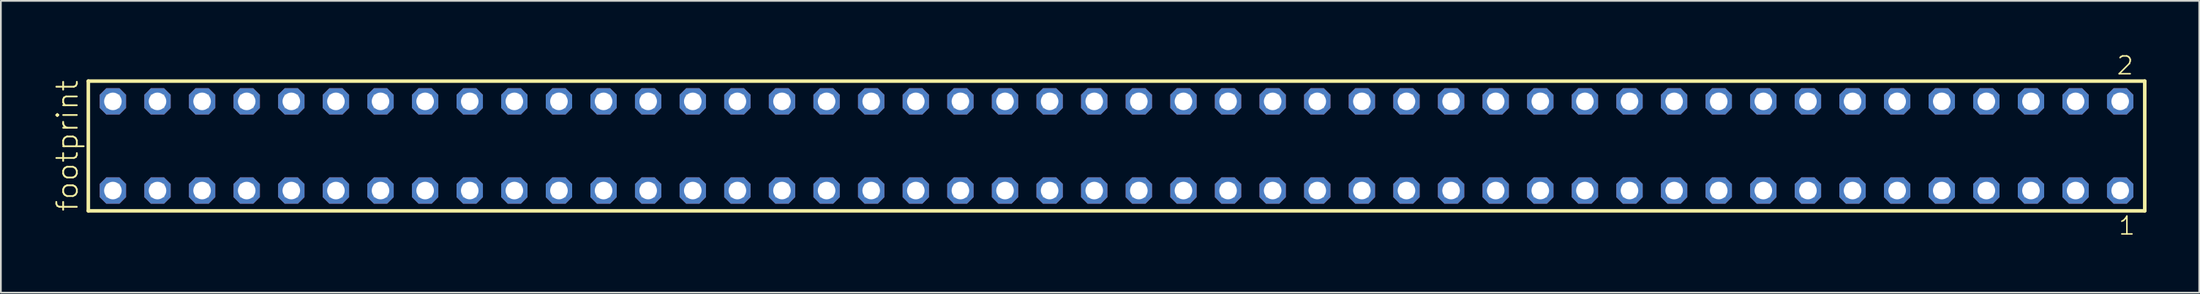
<source format=kicad_pcb>
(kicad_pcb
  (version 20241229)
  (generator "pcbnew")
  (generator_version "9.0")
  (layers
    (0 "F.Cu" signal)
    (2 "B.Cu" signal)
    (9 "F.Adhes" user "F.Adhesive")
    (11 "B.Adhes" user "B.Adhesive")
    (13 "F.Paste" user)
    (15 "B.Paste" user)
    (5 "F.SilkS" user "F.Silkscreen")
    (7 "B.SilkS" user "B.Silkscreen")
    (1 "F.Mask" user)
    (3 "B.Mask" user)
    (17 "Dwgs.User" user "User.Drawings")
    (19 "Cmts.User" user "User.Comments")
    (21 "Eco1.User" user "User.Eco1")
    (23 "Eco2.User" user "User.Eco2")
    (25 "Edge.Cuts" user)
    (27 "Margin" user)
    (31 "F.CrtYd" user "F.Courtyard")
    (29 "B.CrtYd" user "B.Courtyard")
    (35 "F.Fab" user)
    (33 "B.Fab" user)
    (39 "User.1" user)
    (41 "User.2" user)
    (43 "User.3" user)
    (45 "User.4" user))
  (footprint "footprint"
    (layer "F.Cu")
    (at 60.528 5.265)
    (property "Reference" "footprint" (at -59.055 3.81 90) (layer "F.SilkS") (effects (font (size 1.168 1.168) (thickness 0.102)) (justify left bottom)))
    (fp_line (start -58.549 -3.695) (end 58.549 -3.695) (stroke (width 0.203) (type solid)) (layer "F.SilkS"))
    (fp_line (start -58.549 3.695) (end -58.549 -3.695) (stroke (width 0.203) (type solid)) (layer "F.SilkS"))
    (fp_line (start 58.549 -3.695) (end 58.549 3.695) (stroke (width 0.203) (type solid)) (layer "F.SilkS"))
    (fp_line (start 58.549 3.695) (end -58.549 3.695) (stroke (width 0.203) (type solid)) (layer "F.SilkS"))
    (fp_poly (pts (xy -57.5 -2.19) (xy -56.8 -2.19) (xy -56.8 -2.89) (xy -57.5 -2.89)) (stroke (width 0.1) (type solid)) (fill no) (layer "F.Fab"))
    (fp_poly (pts (xy -57.5 2.89) (xy -56.8 2.89) (xy -56.8 2.19) (xy -57.5 2.19)) (stroke (width 0.1) (type solid)) (fill no) (layer "F.Fab"))
    (fp_poly (pts (xy -54.96 -2.19) (xy -54.26 -2.19) (xy -54.26 -2.89) (xy -54.96 -2.89)) (stroke (width 0.1) (type solid)) (fill no) (layer "F.Fab"))
    (fp_poly (pts (xy -54.96 2.89) (xy -54.26 2.89) (xy -54.26 2.19) (xy -54.96 2.19)) (stroke (width 0.1) (type solid)) (fill no) (layer "F.Fab"))
    (fp_poly (pts (xy -52.42 -2.19) (xy -51.72 -2.19) (xy -51.72 -2.89) (xy -52.42 -2.89)) (stroke (width 0.1) (type solid)) (fill no) (layer "F.Fab"))
    (fp_poly (pts (xy -52.42 2.89) (xy -51.72 2.89) (xy -51.72 2.19) (xy -52.42 2.19)) (stroke (width 0.1) (type solid)) (fill no) (layer "F.Fab"))
    (fp_poly (pts (xy -49.88 -2.19) (xy -49.18 -2.19) (xy -49.18 -2.89) (xy -49.88 -2.89)) (stroke (width 0.1) (type solid)) (fill no) (layer "F.Fab"))
    (fp_poly (pts (xy -49.88 2.89) (xy -49.18 2.89) (xy -49.18 2.19) (xy -49.88 2.19)) (stroke (width 0.1) (type solid)) (fill no) (layer "F.Fab"))
    (fp_poly (pts (xy -47.34 -2.19) (xy -46.64 -2.19) (xy -46.64 -2.89) (xy -47.34 -2.89)) (stroke (width 0.1) (type solid)) (fill no) (layer "F.Fab"))
    (fp_poly (pts (xy -47.34 2.89) (xy -46.64 2.89) (xy -46.64 2.19) (xy -47.34 2.19)) (stroke (width 0.1) (type solid)) (fill no) (layer "F.Fab"))
    (fp_poly (pts (xy -44.8 -2.19) (xy -44.1 -2.19) (xy -44.1 -2.89) (xy -44.8 -2.89)) (stroke (width 0.1) (type solid)) (fill no) (layer "F.Fab"))
    (fp_poly (pts (xy -44.8 2.89) (xy -44.1 2.89) (xy -44.1 2.19) (xy -44.8 2.19)) (stroke (width 0.1) (type solid)) (fill no) (layer "F.Fab"))
    (fp_poly (pts (xy -42.26 -2.19) (xy -41.56 -2.19) (xy -41.56 -2.89) (xy -42.26 -2.89)) (stroke (width 0.1) (type solid)) (fill no) (layer "F.Fab"))
    (fp_poly (pts (xy -42.26 2.89) (xy -41.56 2.89) (xy -41.56 2.19) (xy -42.26 2.19)) (stroke (width 0.1) (type solid)) (fill no) (layer "F.Fab"))
    (fp_poly (pts (xy -39.72 -2.19) (xy -39.02 -2.19) (xy -39.02 -2.89) (xy -39.72 -2.89)) (stroke (width 0.1) (type solid)) (fill no) (layer "F.Fab"))
    (fp_poly (pts (xy -39.72 2.89) (xy -39.02 2.89) (xy -39.02 2.19) (xy -39.72 2.19)) (stroke (width 0.1) (type solid)) (fill no) (layer "F.Fab"))
    (fp_poly (pts (xy -37.18 -2.19) (xy -36.48 -2.19) (xy -36.48 -2.89) (xy -37.18 -2.89)) (stroke (width 0.1) (type solid)) (fill no) (layer "F.Fab"))
    (fp_poly (pts (xy -37.18 2.89) (xy -36.48 2.89) (xy -36.48 2.19) (xy -37.18 2.19)) (stroke (width 0.1) (type solid)) (fill no) (layer "F.Fab"))
    (fp_poly (pts (xy -34.64 -2.19) (xy -33.94 -2.19) (xy -33.94 -2.89) (xy -34.64 -2.89)) (stroke (width 0.1) (type solid)) (fill no) (layer "F.Fab"))
    (fp_poly (pts (xy -34.64 2.89) (xy -33.94 2.89) (xy -33.94 2.19) (xy -34.64 2.19)) (stroke (width 0.1) (type solid)) (fill no) (layer "F.Fab"))
    (fp_poly (pts (xy -32.1 -2.19) (xy -31.4 -2.19) (xy -31.4 -2.89) (xy -32.1 -2.89)) (stroke (width 0.1) (type solid)) (fill no) (layer "F.Fab"))
    (fp_poly (pts (xy -32.1 2.89) (xy -31.4 2.89) (xy -31.4 2.19) (xy -32.1 2.19)) (stroke (width 0.1) (type solid)) (fill no) (layer "F.Fab"))
    (fp_poly (pts (xy -29.56 -2.19) (xy -28.86 -2.19) (xy -28.86 -2.89) (xy -29.56 -2.89)) (stroke (width 0.1) (type solid)) (fill no) (layer "F.Fab"))
    (fp_poly (pts (xy -29.56 2.89) (xy -28.86 2.89) (xy -28.86 2.19) (xy -29.56 2.19)) (stroke (width 0.1) (type solid)) (fill no) (layer "F.Fab"))
    (fp_poly (pts (xy -27.02 -2.19) (xy -26.32 -2.19) (xy -26.32 -2.89) (xy -27.02 -2.89)) (stroke (width 0.1) (type solid)) (fill no) (layer "F.Fab"))
    (fp_poly (pts (xy -27.02 2.89) (xy -26.32 2.89) (xy -26.32 2.19) (xy -27.02 2.19)) (stroke (width 0.1) (type solid)) (fill no) (layer "F.Fab"))
    (fp_poly (pts (xy -24.48 -2.19) (xy -23.78 -2.19) (xy -23.78 -2.89) (xy -24.48 -2.89)) (stroke (width 0.1) (type solid)) (fill no) (layer "F.Fab"))
    (fp_poly (pts (xy -24.48 2.89) (xy -23.78 2.89) (xy -23.78 2.19) (xy -24.48 2.19)) (stroke (width 0.1) (type solid)) (fill no) (layer "F.Fab"))
    (fp_poly (pts (xy -21.94 -2.19) (xy -21.24 -2.19) (xy -21.24 -2.89) (xy -21.94 -2.89)) (stroke (width 0.1) (type solid)) (fill no) (layer "F.Fab"))
    (fp_poly (pts (xy -21.94 2.89) (xy -21.24 2.89) (xy -21.24 2.19) (xy -21.94 2.19)) (stroke (width 0.1) (type solid)) (fill no) (layer "F.Fab"))
    (fp_poly (pts (xy -19.4 -2.19) (xy -18.7 -2.19) (xy -18.7 -2.89) (xy -19.4 -2.89)) (stroke (width 0.1) (type solid)) (fill no) (layer "F.Fab"))
    (fp_poly (pts (xy -19.4 2.89) (xy -18.7 2.89) (xy -18.7 2.19) (xy -19.4 2.19)) (stroke (width 0.1) (type solid)) (fill no) (layer "F.Fab"))
    (fp_poly (pts (xy -16.86 -2.19) (xy -16.16 -2.19) (xy -16.16 -2.89) (xy -16.86 -2.89)) (stroke (width 0.1) (type solid)) (fill no) (layer "F.Fab"))
    (fp_poly (pts (xy -16.86 2.89) (xy -16.16 2.89) (xy -16.16 2.19) (xy -16.86 2.19)) (stroke (width 0.1) (type solid)) (fill no) (layer "F.Fab"))
    (fp_poly (pts (xy -14.32 -2.19) (xy -13.62 -2.19) (xy -13.62 -2.89) (xy -14.32 -2.89)) (stroke (width 0.1) (type solid)) (fill no) (layer "F.Fab"))
    (fp_poly (pts (xy -14.32 2.89) (xy -13.62 2.89) (xy -13.62 2.19) (xy -14.32 2.19)) (stroke (width 0.1) (type solid)) (fill no) (layer "F.Fab"))
    (fp_poly (pts (xy -11.78 -2.19) (xy -11.08 -2.19) (xy -11.08 -2.89) (xy -11.78 -2.89)) (stroke (width 0.1) (type solid)) (fill no) (layer "F.Fab"))
    (fp_poly (pts (xy -11.78 2.89) (xy -11.08 2.89) (xy -11.08 2.19) (xy -11.78 2.19)) (stroke (width 0.1) (type solid)) (fill no) (layer "F.Fab"))
    (fp_poly (pts (xy -9.24 -2.19) (xy -8.54 -2.19) (xy -8.54 -2.89) (xy -9.24 -2.89)) (stroke (width 0.1) (type solid)) (fill no) (layer "F.Fab"))
    (fp_poly (pts (xy -9.24 2.89) (xy -8.54 2.89) (xy -8.54 2.19) (xy -9.24 2.19)) (stroke (width 0.1) (type solid)) (fill no) (layer "F.Fab"))
    (fp_poly (pts (xy -6.7 -2.19) (xy -6 -2.19) (xy -6 -2.89) (xy -6.7 -2.89)) (stroke (width 0.1) (type solid)) (fill no) (layer "F.Fab"))
    (fp_poly (pts (xy -6.7 2.89) (xy -6 2.89) (xy -6 2.19) (xy -6.7 2.19)) (stroke (width 0.1) (type solid)) (fill no) (layer "F.Fab"))
    (fp_poly (pts (xy -4.16 -2.19) (xy -3.46 -2.19) (xy -3.46 -2.89) (xy -4.16 -2.89)) (stroke (width 0.1) (type solid)) (fill no) (layer "F.Fab"))
    (fp_poly (pts (xy -4.16 2.89) (xy -3.46 2.89) (xy -3.46 2.19) (xy -4.16 2.19)) (stroke (width 0.1) (type solid)) (fill no) (layer "F.Fab"))
    (fp_poly (pts (xy -1.62 -2.19) (xy -0.92 -2.19) (xy -0.92 -2.89) (xy -1.62 -2.89)) (stroke (width 0.1) (type solid)) (fill no) (layer "F.Fab"))
    (fp_poly (pts (xy -1.62 2.89) (xy -0.92 2.89) (xy -0.92 2.19) (xy -1.62 2.19)) (stroke (width 0.1) (type solid)) (fill no) (layer "F.Fab"))
    (fp_poly (pts (xy 0.92 -2.19) (xy 1.62 -2.19) (xy 1.62 -2.89) (xy 0.92 -2.89)) (stroke (width 0.1) (type solid)) (fill no) (layer "F.Fab"))
    (fp_poly (pts (xy 0.92 2.89) (xy 1.62 2.89) (xy 1.62 2.19) (xy 0.92 2.19)) (stroke (width 0.1) (type solid)) (fill no) (layer "F.Fab"))
    (fp_poly (pts (xy 3.46 -2.19) (xy 4.16 -2.19) (xy 4.16 -2.89) (xy 3.46 -2.89)) (stroke (width 0.1) (type solid)) (fill no) (layer "F.Fab"))
    (fp_poly (pts (xy 3.46 2.89) (xy 4.16 2.89) (xy 4.16 2.19) (xy 3.46 2.19)) (stroke (width 0.1) (type solid)) (fill no) (layer "F.Fab"))
    (fp_poly (pts (xy 6 -2.19) (xy 6.7 -2.19) (xy 6.7 -2.89) (xy 6 -2.89)) (stroke (width 0.1) (type solid)) (fill no) (layer "F.Fab"))
    (fp_poly (pts (xy 6 2.89) (xy 6.7 2.89) (xy 6.7 2.19) (xy 6 2.19)) (stroke (width 0.1) (type solid)) (fill no) (layer "F.Fab"))
    (fp_poly (pts (xy 8.54 -2.19) (xy 9.24 -2.19) (xy 9.24 -2.89) (xy 8.54 -2.89)) (stroke (width 0.1) (type solid)) (fill no) (layer "F.Fab"))
    (fp_poly (pts (xy 8.54 2.89) (xy 9.24 2.89) (xy 9.24 2.19) (xy 8.54 2.19)) (stroke (width 0.1) (type solid)) (fill no) (layer "F.Fab"))
    (fp_poly (pts (xy 11.08 -2.19) (xy 11.78 -2.19) (xy 11.78 -2.89) (xy 11.08 -2.89)) (stroke (width 0.1) (type solid)) (fill no) (layer "F.Fab"))
    (fp_poly (pts (xy 11.08 2.89) (xy 11.78 2.89) (xy 11.78 2.19) (xy 11.08 2.19)) (stroke (width 0.1) (type solid)) (fill no) (layer "F.Fab"))
    (fp_poly (pts (xy 13.62 -2.19) (xy 14.32 -2.19) (xy 14.32 -2.89) (xy 13.62 -2.89)) (stroke (width 0.1) (type solid)) (fill no) (layer "F.Fab"))
    (fp_poly (pts (xy 13.62 2.89) (xy 14.32 2.89) (xy 14.32 2.19) (xy 13.62 2.19)) (stroke (width 0.1) (type solid)) (fill no) (layer "F.Fab"))
    (fp_poly (pts (xy 16.16 -2.19) (xy 16.86 -2.19) (xy 16.86 -2.89) (xy 16.16 -2.89)) (stroke (width 0.1) (type solid)) (fill no) (layer "F.Fab"))
    (fp_poly (pts (xy 16.16 2.89) (xy 16.86 2.89) (xy 16.86 2.19) (xy 16.16 2.19)) (stroke (width 0.1) (type solid)) (fill no) (layer "F.Fab"))
    (fp_poly (pts (xy 18.7 -2.19) (xy 19.4 -2.19) (xy 19.4 -2.89) (xy 18.7 -2.89)) (stroke (width 0.1) (type solid)) (fill no) (layer "F.Fab"))
    (fp_poly (pts (xy 18.7 2.89) (xy 19.4 2.89) (xy 19.4 2.19) (xy 18.7 2.19)) (stroke (width 0.1) (type solid)) (fill no) (layer "F.Fab"))
    (fp_poly (pts (xy 21.24 -2.19) (xy 21.94 -2.19) (xy 21.94 -2.89) (xy 21.24 -2.89)) (stroke (width 0.1) (type solid)) (fill no) (layer "F.Fab"))
    (fp_poly (pts (xy 21.24 2.89) (xy 21.94 2.89) (xy 21.94 2.19) (xy 21.24 2.19)) (stroke (width 0.1) (type solid)) (fill no) (layer "F.Fab"))
    (fp_poly (pts (xy 23.78 -2.19) (xy 24.48 -2.19) (xy 24.48 -2.89) (xy 23.78 -2.89)) (stroke (width 0.1) (type solid)) (fill no) (layer "F.Fab"))
    (fp_poly (pts (xy 23.78 2.89) (xy 24.48 2.89) (xy 24.48 2.19) (xy 23.78 2.19)) (stroke (width 0.1) (type solid)) (fill no) (layer "F.Fab"))
    (fp_poly (pts (xy 26.32 -2.19) (xy 27.02 -2.19) (xy 27.02 -2.89) (xy 26.32 -2.89)) (stroke (width 0.1) (type solid)) (fill no) (layer "F.Fab"))
    (fp_poly (pts (xy 26.32 2.89) (xy 27.02 2.89) (xy 27.02 2.19) (xy 26.32 2.19)) (stroke (width 0.1) (type solid)) (fill no) (layer "F.Fab"))
    (fp_poly (pts (xy 28.86 -2.19) (xy 29.56 -2.19) (xy 29.56 -2.89) (xy 28.86 -2.89)) (stroke (width 0.1) (type solid)) (fill no) (layer "F.Fab"))
    (fp_poly (pts (xy 28.86 2.89) (xy 29.56 2.89) (xy 29.56 2.19) (xy 28.86 2.19)) (stroke (width 0.1) (type solid)) (fill no) (layer "F.Fab"))
    (fp_poly (pts (xy 31.4 -2.19) (xy 32.1 -2.19) (xy 32.1 -2.89) (xy 31.4 -2.89)) (stroke (width 0.1) (type solid)) (fill no) (layer "F.Fab"))
    (fp_poly (pts (xy 31.4 2.89) (xy 32.1 2.89) (xy 32.1 2.19) (xy 31.4 2.19)) (stroke (width 0.1) (type solid)) (fill no) (layer "F.Fab"))
    (fp_poly (pts (xy 33.94 -2.19) (xy 34.64 -2.19) (xy 34.64 -2.89) (xy 33.94 -2.89)) (stroke (width 0.1) (type solid)) (fill no) (layer "F.Fab"))
    (fp_poly (pts (xy 33.94 2.89) (xy 34.64 2.89) (xy 34.64 2.19) (xy 33.94 2.19)) (stroke (width 0.1) (type solid)) (fill no) (layer "F.Fab"))
    (fp_poly (pts (xy 36.48 -2.19) (xy 37.18 -2.19) (xy 37.18 -2.89) (xy 36.48 -2.89)) (stroke (width 0.1) (type solid)) (fill no) (layer "F.Fab"))
    (fp_poly (pts (xy 36.48 2.89) (xy 37.18 2.89) (xy 37.18 2.19) (xy 36.48 2.19)) (stroke (width 0.1) (type solid)) (fill no) (layer "F.Fab"))
    (fp_poly (pts (xy 39.02 -2.19) (xy 39.72 -2.19) (xy 39.72 -2.89) (xy 39.02 -2.89)) (stroke (width 0.1) (type solid)) (fill no) (layer "F.Fab"))
    (fp_poly (pts (xy 39.02 2.89) (xy 39.72 2.89) (xy 39.72 2.19) (xy 39.02 2.19)) (stroke (width 0.1) (type solid)) (fill no) (layer "F.Fab"))
    (fp_poly (pts (xy 41.56 -2.19) (xy 42.26 -2.19) (xy 42.26 -2.89) (xy 41.56 -2.89)) (stroke (width 0.1) (type solid)) (fill no) (layer "F.Fab"))
    (fp_poly (pts (xy 41.56 2.89) (xy 42.26 2.89) (xy 42.26 2.19) (xy 41.56 2.19)) (stroke (width 0.1) (type solid)) (fill no) (layer "F.Fab"))
    (fp_poly (pts (xy 44.1 -2.19) (xy 44.8 -2.19) (xy 44.8 -2.89) (xy 44.1 -2.89)) (stroke (width 0.1) (type solid)) (fill no) (layer "F.Fab"))
    (fp_poly (pts (xy 44.1 2.89) (xy 44.8 2.89) (xy 44.8 2.19) (xy 44.1 2.19)) (stroke (width 0.1) (type solid)) (fill no) (layer "F.Fab"))
    (fp_poly (pts (xy 46.64 -2.19) (xy 47.34 -2.19) (xy 47.34 -2.89) (xy 46.64 -2.89)) (stroke (width 0.1) (type solid)) (fill no) (layer "F.Fab"))
    (fp_poly (pts (xy 46.64 2.89) (xy 47.34 2.89) (xy 47.34 2.19) (xy 46.64 2.19)) (stroke (width 0.1) (type solid)) (fill no) (layer "F.Fab"))
    (fp_poly (pts (xy 49.18 -2.19) (xy 49.88 -2.19) (xy 49.88 -2.89) (xy 49.18 -2.89)) (stroke (width 0.1) (type solid)) (fill no) (layer "F.Fab"))
    (fp_poly (pts (xy 49.18 2.89) (xy 49.88 2.89) (xy 49.88 2.19) (xy 49.18 2.19)) (stroke (width 0.1) (type solid)) (fill no) (layer "F.Fab"))
    (fp_poly (pts (xy 51.72 -2.19) (xy 52.42 -2.19) (xy 52.42 -2.89) (xy 51.72 -2.89)) (stroke (width 0.1) (type solid)) (fill no) (layer "F.Fab"))
    (fp_poly (pts (xy 51.72 2.89) (xy 52.42 2.89) (xy 52.42 2.19) (xy 51.72 2.19)) (stroke (width 0.1) (type solid)) (fill no) (layer "F.Fab"))
    (fp_poly (pts (xy 54.26 -2.19) (xy 54.96 -2.19) (xy 54.96 -2.89) (xy 54.26 -2.89)) (stroke (width 0.1) (type solid)) (fill no) (layer "F.Fab"))
    (fp_poly (pts (xy 54.26 2.89) (xy 54.96 2.89) (xy 54.96 2.19) (xy 54.26 2.19)) (stroke (width 0.1) (type solid)) (fill no) (layer "F.Fab"))
    (fp_poly (pts (xy 56.8 -2.19) (xy 57.5 -2.19) (xy 57.5 -2.89) (xy 56.8 -2.89)) (stroke (width 0.1) (type solid)) (fill no) (layer "F.Fab"))
    (fp_poly (pts (xy 56.8 2.89) (xy 57.5 2.89) (xy 57.5 2.19) (xy 56.8 2.19)) (stroke (width 0.1) (type solid)) (fill no) (layer "F.Fab"))
    (fp_text user "2" (at 56.892 -3.989 0) (layer "F.SilkS") (effects (font (size 1.012 1.012) (thickness 0.088)) (justify left bottom)))
    (fp_text user "1" (at 56.992 5.138 0) (layer "F.SilkS") (effects (font (size 1.012 1.012) (thickness 0.088)) (justify left bottom)))
    (pad "1" thru_hole roundrect (at 57.15 2.54 180) (size 1.5 1.5) (drill 1) (layers "*.Cu" "*.Mask") (roundrect_rratio 0.25) (chamfer_ratio 0.25) (chamfer top_left top_right bottom_left bottom_right))
    (pad "2" thru_hole roundrect (at 57.15 -2.54 180) (size 1.5 1.5) (drill 1) (layers "*.Cu" "*.Mask") (roundrect_rratio 0.25) (chamfer_ratio 0.25) (chamfer top_left top_right bottom_left bottom_right))
    (pad "3" thru_hole roundrect (at 54.61 2.54 180) (size 1.5 1.5) (drill 1) (layers "*.Cu" "*.Mask") (roundrect_rratio 0.25) (chamfer_ratio 0.25) (chamfer top_left top_right bottom_left bottom_right))
    (pad "4" thru_hole roundrect (at 54.61 -2.54 180) (size 1.5 1.5) (drill 1) (layers "*.Cu" "*.Mask") (roundrect_rratio 0.25) (chamfer_ratio 0.25) (chamfer top_left top_right bottom_left bottom_right))
    (pad "5" thru_hole roundrect (at 52.07 2.54 180) (size 1.5 1.5) (drill 1) (layers "*.Cu" "*.Mask") (roundrect_rratio 0.25) (chamfer_ratio 0.25) (chamfer top_left top_right bottom_left bottom_right))
    (pad "6" thru_hole roundrect (at 52.07 -2.54 180) (size 1.5 1.5) (drill 1) (layers "*.Cu" "*.Mask") (roundrect_rratio 0.25) (chamfer_ratio 0.25) (chamfer top_left top_right bottom_left bottom_right))
    (pad "7" thru_hole roundrect (at 49.53 2.54 180) (size 1.5 1.5) (drill 1) (layers "*.Cu" "*.Mask") (roundrect_rratio 0.25) (chamfer_ratio 0.25) (chamfer top_left top_right bottom_left bottom_right))
    (pad "8" thru_hole roundrect (at 49.53 -2.54 180) (size 1.5 1.5) (drill 1) (layers "*.Cu" "*.Mask") (roundrect_rratio 0.25) (chamfer_ratio 0.25) (chamfer top_left top_right bottom_left bottom_right))
    (pad "9" thru_hole roundrect (at 46.99 2.54 180) (size 1.5 1.5) (drill 1) (layers "*.Cu" "*.Mask") (roundrect_rratio 0.25) (chamfer_ratio 0.25) (chamfer top_left top_right bottom_left bottom_right))
    (pad "10" thru_hole roundrect (at 46.99 -2.54 180) (size 1.5 1.5) (drill 1) (layers "*.Cu" "*.Mask") (roundrect_rratio 0.25) (chamfer_ratio 0.25) (chamfer top_left top_right bottom_left bottom_right))
    (pad "11" thru_hole roundrect (at 44.45 2.54 180) (size 1.5 1.5) (drill 1) (layers "*.Cu" "*.Mask") (roundrect_rratio 0.25) (chamfer_ratio 0.25) (chamfer top_left top_right bottom_left bottom_right))
    (pad "12" thru_hole roundrect (at 44.45 -2.54 180) (size 1.5 1.5) (drill 1) (layers "*.Cu" "*.Mask") (roundrect_rratio 0.25) (chamfer_ratio 0.25) (chamfer top_left top_right bottom_left bottom_right))
    (pad "13" thru_hole roundrect (at 41.91 2.54 180) (size 1.5 1.5) (drill 1) (layers "*.Cu" "*.Mask") (roundrect_rratio 0.25) (chamfer_ratio 0.25) (chamfer top_left top_right bottom_left bottom_right))
    (pad "14" thru_hole roundrect (at 41.91 -2.54 180) (size 1.5 1.5) (drill 1) (layers "*.Cu" "*.Mask") (roundrect_rratio 0.25) (chamfer_ratio 0.25) (chamfer top_left top_right bottom_left bottom_right))
    (pad "15" thru_hole roundrect (at 39.37 2.54 180) (size 1.5 1.5) (drill 1) (layers "*.Cu" "*.Mask") (roundrect_rratio 0.25) (chamfer_ratio 0.25) (chamfer top_left top_right bottom_left bottom_right))
    (pad "16" thru_hole roundrect (at 39.37 -2.54 180) (size 1.5 1.5) (drill 1) (layers "*.Cu" "*.Mask") (roundrect_rratio 0.25) (chamfer_ratio 0.25) (chamfer top_left top_right bottom_left bottom_right))
    (pad "17" thru_hole roundrect (at 36.83 2.54 180) (size 1.5 1.5) (drill 1) (layers "*.Cu" "*.Mask") (roundrect_rratio 0.25) (chamfer_ratio 0.25) (chamfer top_left top_right bottom_left bottom_right))
    (pad "18" thru_hole roundrect (at 36.83 -2.54 180) (size 1.5 1.5) (drill 1) (layers "*.Cu" "*.Mask") (roundrect_rratio 0.25) (chamfer_ratio 0.25) (chamfer top_left top_right bottom_left bottom_right))
    (pad "19" thru_hole roundrect (at 34.29 2.54 180) (size 1.5 1.5) (drill 1) (layers "*.Cu" "*.Mask") (roundrect_rratio 0.25) (chamfer_ratio 0.25) (chamfer top_left top_right bottom_left bottom_right))
    (pad "20" thru_hole roundrect (at 34.29 -2.54 180) (size 1.5 1.5) (drill 1) (layers "*.Cu" "*.Mask") (roundrect_rratio 0.25) (chamfer_ratio 0.25) (chamfer top_left top_right bottom_left bottom_right))
    (pad "21" thru_hole roundrect (at 31.75 2.54 180) (size 1.5 1.5) (drill 1) (layers "*.Cu" "*.Mask") (roundrect_rratio 0.25) (chamfer_ratio 0.25) (chamfer top_left top_right bottom_left bottom_right))
    (pad "22" thru_hole roundrect (at 31.75 -2.54 180) (size 1.5 1.5) (drill 1) (layers "*.Cu" "*.Mask") (roundrect_rratio 0.25) (chamfer_ratio 0.25) (chamfer top_left top_right bottom_left bottom_right))
    (pad "23" thru_hole roundrect (at 29.21 2.54 180) (size 1.5 1.5) (drill 1) (layers "*.Cu" "*.Mask") (roundrect_rratio 0.25) (chamfer_ratio 0.25) (chamfer top_left top_right bottom_left bottom_right))
    (pad "24" thru_hole roundrect (at 29.21 -2.54 180) (size 1.5 1.5) (drill 1) (layers "*.Cu" "*.Mask") (roundrect_rratio 0.25) (chamfer_ratio 0.25) (chamfer top_left top_right bottom_left bottom_right))
    (pad "25" thru_hole roundrect (at 26.67 2.54 180) (size 1.5 1.5) (drill 1) (layers "*.Cu" "*.Mask") (roundrect_rratio 0.25) (chamfer_ratio 0.25) (chamfer top_left top_right bottom_left bottom_right))
    (pad "26" thru_hole roundrect (at 26.67 -2.54 180) (size 1.5 1.5) (drill 1) (layers "*.Cu" "*.Mask") (roundrect_rratio 0.25) (chamfer_ratio 0.25) (chamfer top_left top_right bottom_left bottom_right))
    (pad "27" thru_hole roundrect (at 24.13 2.54 180) (size 1.5 1.5) (drill 1) (layers "*.Cu" "*.Mask") (roundrect_rratio 0.25) (chamfer_ratio 0.25) (chamfer top_left top_right bottom_left bottom_right))
    (pad "28" thru_hole roundrect (at 24.13 -2.54 180) (size 1.5 1.5) (drill 1) (layers "*.Cu" "*.Mask") (roundrect_rratio 0.25) (chamfer_ratio 0.25) (chamfer top_left top_right bottom_left bottom_right))
    (pad "29" thru_hole roundrect (at 21.59 2.54 180) (size 1.5 1.5) (drill 1) (layers "*.Cu" "*.Mask") (roundrect_rratio 0.25) (chamfer_ratio 0.25) (chamfer top_left top_right bottom_left bottom_right))
    (pad "30" thru_hole roundrect (at 21.59 -2.54 180) (size 1.5 1.5) (drill 1) (layers "*.Cu" "*.Mask") (roundrect_rratio 0.25) (chamfer_ratio 0.25) (chamfer top_left top_right bottom_left bottom_right))
    (pad "31" thru_hole roundrect (at 19.05 2.54 180) (size 1.5 1.5) (drill 1) (layers "*.Cu" "*.Mask") (roundrect_rratio 0.25) (chamfer_ratio 0.25) (chamfer top_left top_right bottom_left bottom_right))
    (pad "32" thru_hole roundrect (at 19.05 -2.54 180) (size 1.5 1.5) (drill 1) (layers "*.Cu" "*.Mask") (roundrect_rratio 0.25) (chamfer_ratio 0.25) (chamfer top_left top_right bottom_left bottom_right))
    (pad "33" thru_hole roundrect (at 16.51 2.54 180) (size 1.5 1.5) (drill 1) (layers "*.Cu" "*.Mask") (roundrect_rratio 0.25) (chamfer_ratio 0.25) (chamfer top_left top_right bottom_left bottom_right))
    (pad "34" thru_hole roundrect (at 16.51 -2.54 180) (size 1.5 1.5) (drill 1) (layers "*.Cu" "*.Mask") (roundrect_rratio 0.25) (chamfer_ratio 0.25) (chamfer top_left top_right bottom_left bottom_right))
    (pad "35" thru_hole roundrect (at 13.97 2.54 180) (size 1.5 1.5) (drill 1) (layers "*.Cu" "*.Mask") (roundrect_rratio 0.25) (chamfer_ratio 0.25) (chamfer top_left top_right bottom_left bottom_right))
    (pad "36" thru_hole roundrect (at 13.97 -2.54 180) (size 1.5 1.5) (drill 1) (layers "*.Cu" "*.Mask") (roundrect_rratio 0.25) (chamfer_ratio 0.25) (chamfer top_left top_right bottom_left bottom_right))
    (pad "37" thru_hole roundrect (at 11.43 2.54 180) (size 1.5 1.5) (drill 1) (layers "*.Cu" "*.Mask") (roundrect_rratio 0.25) (chamfer_ratio 0.25) (chamfer top_left top_right bottom_left bottom_right))
    (pad "38" thru_hole roundrect (at 11.43 -2.54 180) (size 1.5 1.5) (drill 1) (layers "*.Cu" "*.Mask") (roundrect_rratio 0.25) (chamfer_ratio 0.25) (chamfer top_left top_right bottom_left bottom_right))
    (pad "39" thru_hole roundrect (at 8.89 2.54 180) (size 1.5 1.5) (drill 1) (layers "*.Cu" "*.Mask") (roundrect_rratio 0.25) (chamfer_ratio 0.25) (chamfer top_left top_right bottom_left bottom_right))
    (pad "40" thru_hole roundrect (at 8.89 -2.54 180) (size 1.5 1.5) (drill 1) (layers "*.Cu" "*.Mask") (roundrect_rratio 0.25) (chamfer_ratio 0.25) (chamfer top_left top_right bottom_left bottom_right))
    (pad "41" thru_hole roundrect (at 6.35 2.54 180) (size 1.5 1.5) (drill 1) (layers "*.Cu" "*.Mask") (roundrect_rratio 0.25) (chamfer_ratio 0.25) (chamfer top_left top_right bottom_left bottom_right))
    (pad "42" thru_hole roundrect (at 6.35 -2.54 180) (size 1.5 1.5) (drill 1) (layers "*.Cu" "*.Mask") (roundrect_rratio 0.25) (chamfer_ratio 0.25) (chamfer top_left top_right bottom_left bottom_right))
    (pad "43" thru_hole roundrect (at 3.81 2.54 180) (size 1.5 1.5) (drill 1) (layers "*.Cu" "*.Mask") (roundrect_rratio 0.25) (chamfer_ratio 0.25) (chamfer top_left top_right bottom_left bottom_right))
    (pad "44" thru_hole roundrect (at 3.81 -2.54 180) (size 1.5 1.5) (drill 1) (layers "*.Cu" "*.Mask") (roundrect_rratio 0.25) (chamfer_ratio 0.25) (chamfer top_left top_right bottom_left bottom_right))
    (pad "45" thru_hole roundrect (at 1.27 2.54 180) (size 1.5 1.5) (drill 1) (layers "*.Cu" "*.Mask") (roundrect_rratio 0.25) (chamfer_ratio 0.25) (chamfer top_left top_right bottom_left bottom_right))
    (pad "46" thru_hole roundrect (at 1.27 -2.54 180) (size 1.5 1.5) (drill 1) (layers "*.Cu" "*.Mask") (roundrect_rratio 0.25) (chamfer_ratio 0.25) (chamfer top_left top_right bottom_left bottom_right))
    (pad "47" thru_hole roundrect (at -1.27 2.54 180) (size 1.5 1.5) (drill 1) (layers "*.Cu" "*.Mask") (roundrect_rratio 0.25) (chamfer_ratio 0.25) (chamfer top_left top_right bottom_left bottom_right))
    (pad "48" thru_hole roundrect (at -1.27 -2.54 180) (size 1.5 1.5) (drill 1) (layers "*.Cu" "*.Mask") (roundrect_rratio 0.25) (chamfer_ratio 0.25) (chamfer top_left top_right bottom_left bottom_right))
    (pad "49" thru_hole roundrect (at -3.81 2.54 180) (size 1.5 1.5) (drill 1) (layers "*.Cu" "*.Mask") (roundrect_rratio 0.25) (chamfer_ratio 0.25) (chamfer top_left top_right bottom_left bottom_right))
    (pad "50" thru_hole roundrect (at -3.81 -2.54 180) (size 1.5 1.5) (drill 1) (layers "*.Cu" "*.Mask") (roundrect_rratio 0.25) (chamfer_ratio 0.25) (chamfer top_left top_right bottom_left bottom_right))
    (pad "51" thru_hole roundrect (at -6.35 2.54 180) (size 1.5 1.5) (drill 1) (layers "*.Cu" "*.Mask") (roundrect_rratio 0.25) (chamfer_ratio 0.25) (chamfer top_left top_right bottom_left bottom_right))
    (pad "52" thru_hole roundrect (at -6.35 -2.54 180) (size 1.5 1.5) (drill 1) (layers "*.Cu" "*.Mask") (roundrect_rratio 0.25) (chamfer_ratio 0.25) (chamfer top_left top_right bottom_left bottom_right))
    (pad "53" thru_hole roundrect (at -8.89 2.54 180) (size 1.5 1.5) (drill 1) (layers "*.Cu" "*.Mask") (roundrect_rratio 0.25) (chamfer_ratio 0.25) (chamfer top_left top_right bottom_left bottom_right))
    (pad "54" thru_hole roundrect (at -8.89 -2.54 180) (size 1.5 1.5) (drill 1) (layers "*.Cu" "*.Mask") (roundrect_rratio 0.25) (chamfer_ratio 0.25) (chamfer top_left top_right bottom_left bottom_right))
    (pad "55" thru_hole roundrect (at -11.43 2.54 180) (size 1.5 1.5) (drill 1) (layers "*.Cu" "*.Mask") (roundrect_rratio 0.25) (chamfer_ratio 0.25) (chamfer top_left top_right bottom_left bottom_right))
    (pad "56" thru_hole roundrect (at -11.43 -2.54 180) (size 1.5 1.5) (drill 1) (layers "*.Cu" "*.Mask") (roundrect_rratio 0.25) (chamfer_ratio 0.25) (chamfer top_left top_right bottom_left bottom_right))
    (pad "57" thru_hole roundrect (at -13.97 2.54 180) (size 1.5 1.5) (drill 1) (layers "*.Cu" "*.Mask") (roundrect_rratio 0.25) (chamfer_ratio 0.25) (chamfer top_left top_right bottom_left bottom_right))
    (pad "58" thru_hole roundrect (at -13.97 -2.54 180) (size 1.5 1.5) (drill 1) (layers "*.Cu" "*.Mask") (roundrect_rratio 0.25) (chamfer_ratio 0.25) (chamfer top_left top_right bottom_left bottom_right))
    (pad "59" thru_hole roundrect (at -16.51 2.54 180) (size 1.5 1.5) (drill 1) (layers "*.Cu" "*.Mask") (roundrect_rratio 0.25) (chamfer_ratio 0.25) (chamfer top_left top_right bottom_left bottom_right))
    (pad "60" thru_hole roundrect (at -16.51 -2.54 180) (size 1.5 1.5) (drill 1) (layers "*.Cu" "*.Mask") (roundrect_rratio 0.25) (chamfer_ratio 0.25) (chamfer top_left top_right bottom_left bottom_right))
    (pad "61" thru_hole roundrect (at -19.05 2.54 180) (size 1.5 1.5) (drill 1) (layers "*.Cu" "*.Mask") (roundrect_rratio 0.25) (chamfer_ratio 0.25) (chamfer top_left top_right bottom_left bottom_right))
    (pad "62" thru_hole roundrect (at -19.05 -2.54 180) (size 1.5 1.5) (drill 1) (layers "*.Cu" "*.Mask") (roundrect_rratio 0.25) (chamfer_ratio 0.25) (chamfer top_left top_right bottom_left bottom_right))
    (pad "63" thru_hole roundrect (at -21.59 2.54 180) (size 1.5 1.5) (drill 1) (layers "*.Cu" "*.Mask") (roundrect_rratio 0.25) (chamfer_ratio 0.25) (chamfer top_left top_right bottom_left bottom_right))
    (pad "64" thru_hole roundrect (at -21.59 -2.54 180) (size 1.5 1.5) (drill 1) (layers "*.Cu" "*.Mask") (roundrect_rratio 0.25) (chamfer_ratio 0.25) (chamfer top_left top_right bottom_left bottom_right))
    (pad "65" thru_hole roundrect (at -24.13 2.54 180) (size 1.5 1.5) (drill 1) (layers "*.Cu" "*.Mask") (roundrect_rratio 0.25) (chamfer_ratio 0.25) (chamfer top_left top_right bottom_left bottom_right))
    (pad "66" thru_hole roundrect (at -24.13 -2.54 180) (size 1.5 1.5) (drill 1) (layers "*.Cu" "*.Mask") (roundrect_rratio 0.25) (chamfer_ratio 0.25) (chamfer top_left top_right bottom_left bottom_right))
    (pad "67" thru_hole roundrect (at -26.67 2.54 180) (size 1.5 1.5) (drill 1) (layers "*.Cu" "*.Mask") (roundrect_rratio 0.25) (chamfer_ratio 0.25) (chamfer top_left top_right bottom_left bottom_right))
    (pad "68" thru_hole roundrect (at -26.67 -2.54 180) (size 1.5 1.5) (drill 1) (layers "*.Cu" "*.Mask") (roundrect_rratio 0.25) (chamfer_ratio 0.25) (chamfer top_left top_right bottom_left bottom_right))
    (pad "69" thru_hole roundrect (at -29.21 2.54 180) (size 1.5 1.5) (drill 1) (layers "*.Cu" "*.Mask") (roundrect_rratio 0.25) (chamfer_ratio 0.25) (chamfer top_left top_right bottom_left bottom_right))
    (pad "70" thru_hole roundrect (at -29.21 -2.54 180) (size 1.5 1.5) (drill 1) (layers "*.Cu" "*.Mask") (roundrect_rratio 0.25) (chamfer_ratio 0.25) (chamfer top_left top_right bottom_left bottom_right))
    (pad "71" thru_hole roundrect (at -31.75 2.54 180) (size 1.5 1.5) (drill 1) (layers "*.Cu" "*.Mask") (roundrect_rratio 0.25) (chamfer_ratio 0.25) (chamfer top_left top_right bottom_left bottom_right))
    (pad "72" thru_hole roundrect (at -31.75 -2.54 180) (size 1.5 1.5) (drill 1) (layers "*.Cu" "*.Mask") (roundrect_rratio 0.25) (chamfer_ratio 0.25) (chamfer top_left top_right bottom_left bottom_right))
    (pad "73" thru_hole roundrect (at -34.29 2.54 180) (size 1.5 1.5) (drill 1) (layers "*.Cu" "*.Mask") (roundrect_rratio 0.25) (chamfer_ratio 0.25) (chamfer top_left top_right bottom_left bottom_right))
    (pad "74" thru_hole roundrect (at -34.29 -2.54 180) (size 1.5 1.5) (drill 1) (layers "*.Cu" "*.Mask") (roundrect_rratio 0.25) (chamfer_ratio 0.25) (chamfer top_left top_right bottom_left bottom_right))
    (pad "75" thru_hole roundrect (at -36.83 2.54 180) (size 1.5 1.5) (drill 1) (layers "*.Cu" "*.Mask") (roundrect_rratio 0.25) (chamfer_ratio 0.25) (chamfer top_left top_right bottom_left bottom_right))
    (pad "76" thru_hole roundrect (at -36.83 -2.54 180) (size 1.5 1.5) (drill 1) (layers "*.Cu" "*.Mask") (roundrect_rratio 0.25) (chamfer_ratio 0.25) (chamfer top_left top_right bottom_left bottom_right))
    (pad "77" thru_hole roundrect (at -39.37 2.54 180) (size 1.5 1.5) (drill 1) (layers "*.Cu" "*.Mask") (roundrect_rratio 0.25) (chamfer_ratio 0.25) (chamfer top_left top_right bottom_left bottom_right))
    (pad "78" thru_hole roundrect (at -39.37 -2.54 180) (size 1.5 1.5) (drill 1) (layers "*.Cu" "*.Mask") (roundrect_rratio 0.25) (chamfer_ratio 0.25) (chamfer top_left top_right bottom_left bottom_right))
    (pad "79" thru_hole roundrect (at -41.91 2.54 180) (size 1.5 1.5) (drill 1) (layers "*.Cu" "*.Mask") (roundrect_rratio 0.25) (chamfer_ratio 0.25) (chamfer top_left top_right bottom_left bottom_right))
    (pad "80" thru_hole roundrect (at -41.91 -2.54 180) (size 1.5 1.5) (drill 1) (layers "*.Cu" "*.Mask") (roundrect_rratio 0.25) (chamfer_ratio 0.25) (chamfer top_left top_right bottom_left bottom_right))
    (pad "81" thru_hole roundrect (at -44.45 2.54 180) (size 1.5 1.5) (drill 1) (layers "*.Cu" "*.Mask") (roundrect_rratio 0.25) (chamfer_ratio 0.25) (chamfer top_left top_right bottom_left bottom_right))
    (pad "82" thru_hole roundrect (at -44.45 -2.54 180) (size 1.5 1.5) (drill 1) (layers "*.Cu" "*.Mask") (roundrect_rratio 0.25) (chamfer_ratio 0.25) (chamfer top_left top_right bottom_left bottom_right))
    (pad "83" thru_hole roundrect (at -46.99 2.54 180) (size 1.5 1.5) (drill 1) (layers "*.Cu" "*.Mask") (roundrect_rratio 0.25) (chamfer_ratio 0.25) (chamfer top_left top_right bottom_left bottom_right))
    (pad "84" thru_hole roundrect (at -46.99 -2.54 180) (size 1.5 1.5) (drill 1) (layers "*.Cu" "*.Mask") (roundrect_rratio 0.25) (chamfer_ratio 0.25) (chamfer top_left top_right bottom_left bottom_right))
    (pad "85" thru_hole roundrect (at -49.53 2.54 180) (size 1.5 1.5) (drill 1) (layers "*.Cu" "*.Mask") (roundrect_rratio 0.25) (chamfer_ratio 0.25) (chamfer top_left top_right bottom_left bottom_right))
    (pad "86" thru_hole roundrect (at -49.53 -2.54 180) (size 1.5 1.5) (drill 1) (layers "*.Cu" "*.Mask") (roundrect_rratio 0.25) (chamfer_ratio 0.25) (chamfer top_left top_right bottom_left bottom_right))
    (pad "87" thru_hole roundrect (at -52.07 2.54 180) (size 1.5 1.5) (drill 1) (layers "*.Cu" "*.Mask") (roundrect_rratio 0.25) (chamfer_ratio 0.25) (chamfer top_left top_right bottom_left bottom_right))
    (pad "88" thru_hole roundrect (at -52.07 -2.54 180) (size 1.5 1.5) (drill 1) (layers "*.Cu" "*.Mask") (roundrect_rratio 0.25) (chamfer_ratio 0.25) (chamfer top_left top_right bottom_left bottom_right))
    (pad "89" thru_hole roundrect (at -54.61 2.54 180) (size 1.5 1.5) (drill 1) (layers "*.Cu" "*.Mask") (roundrect_rratio 0.25) (chamfer_ratio 0.25) (chamfer top_left top_right bottom_left bottom_right))
    (pad "90" thru_hole roundrect (at -54.61 -2.54 180) (size 1.5 1.5) (drill 1) (layers "*.Cu" "*.Mask") (roundrect_rratio 0.25) (chamfer_ratio 0.25) (chamfer top_left top_right bottom_left bottom_right))
    (pad "91" thru_hole roundrect (at -57.15 2.54 180) (size 1.5 1.5) (drill 1) (layers "*.Cu" "*.Mask") (roundrect_rratio 0.25) (chamfer_ratio 0.25) (chamfer top_left top_right bottom_left bottom_right))
    (pad "92" thru_hole roundrect (at -57.15 -2.54 180) (size 1.5 1.5) (drill 1) (layers "*.Cu" "*.Mask") (roundrect_rratio 0.25) (chamfer_ratio 0.25) (chamfer top_left top_right bottom_left bottom_right)))
  (gr_rect
    (start -3 -3)
    (end 122.179 13.62)
    (stroke (width 0.1) (type default))
    (fill no)
    (layer "Edge.Cuts")))
</source>
